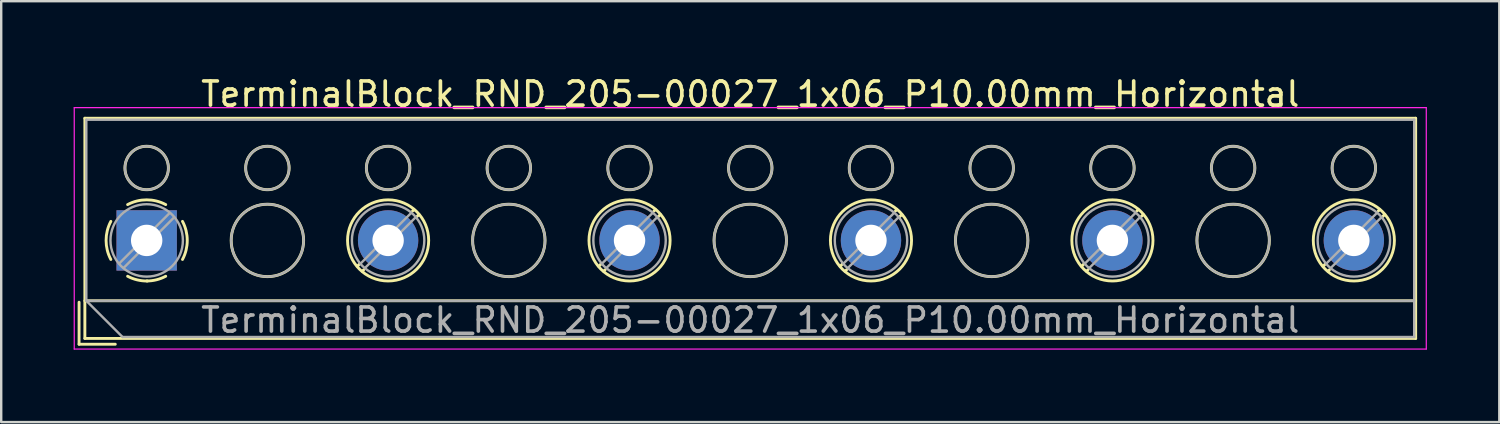
<source format=kicad_pcb>
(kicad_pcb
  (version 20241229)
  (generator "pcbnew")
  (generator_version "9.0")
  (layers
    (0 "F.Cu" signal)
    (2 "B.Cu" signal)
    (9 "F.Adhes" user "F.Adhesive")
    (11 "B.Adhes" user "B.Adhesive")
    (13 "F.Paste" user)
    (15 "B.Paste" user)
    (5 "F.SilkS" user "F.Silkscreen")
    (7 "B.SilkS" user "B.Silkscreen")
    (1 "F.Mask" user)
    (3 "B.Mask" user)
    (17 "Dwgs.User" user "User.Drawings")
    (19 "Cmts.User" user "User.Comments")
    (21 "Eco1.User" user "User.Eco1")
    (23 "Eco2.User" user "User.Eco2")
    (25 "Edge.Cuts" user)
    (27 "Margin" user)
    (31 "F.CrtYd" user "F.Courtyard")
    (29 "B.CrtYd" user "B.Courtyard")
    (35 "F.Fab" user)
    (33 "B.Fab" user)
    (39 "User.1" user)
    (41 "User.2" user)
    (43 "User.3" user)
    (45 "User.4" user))
  (footprint "TerminalBlock_RND_205-00027_1x06_P10.00mm_Horizontal"
    (layer "F.Cu")
    (at 3.025 6.908)
    (property "Reference" "TerminalBlock_RND_205-00027_1x06_P10.00mm_Horizontal" (at 25 -6.06 0) (layer "F.SilkS") (effects (font (size 1 1) (thickness 0.15))))
    (attr through_hole)
    (fp_line (start -2.8 2.56) (end -2.8 4.3) (stroke (width 0.12) (type solid)) (layer "F.SilkS"))
    (fp_line (start -2.8 4.3) (end -1.3 4.3) (stroke (width 0.12) (type solid)) (layer "F.SilkS"))
    (fp_line (start -2.56 -5.06) (end -2.56 4.06) (stroke (width 0.12) (type solid)) (layer "F.SilkS"))
    (fp_line (start -2.56 -5.06) (end 52.56 -5.06) (stroke (width 0.12) (type solid)) (layer "F.SilkS"))
    (fp_line (start -2.56 2.5) (end 52.56 2.5) (stroke (width 0.12) (type solid)) (layer "F.SilkS"))
    (fp_line (start -2.56 4.06) (end 52.56 4.06) (stroke (width 0.12) (type solid)) (layer "F.SilkS"))
    (fp_line (start 8.82 0.976) (end 8.726 1.069) (stroke (width 0.12) (type solid)) (layer "F.SilkS"))
    (fp_line (start 8.99 1.216) (end 8.931 1.274) (stroke (width 0.12) (type solid)) (layer "F.SilkS"))
    (fp_line (start 11.07 -1.275) (end 11.011 -1.216) (stroke (width 0.12) (type solid)) (layer "F.SilkS"))
    (fp_line (start 11.275 -1.069) (end 11.181 -0.976) (stroke (width 0.12) (type solid)) (layer "F.SilkS"))
    (fp_line (start 18.82 0.976) (end 18.726 1.069) (stroke (width 0.12) (type solid)) (layer "F.SilkS"))
    (fp_line (start 18.99 1.216) (end 18.931 1.274) (stroke (width 0.12) (type solid)) (layer "F.SilkS"))
    (fp_line (start 21.07 -1.275) (end 21.011 -1.216) (stroke (width 0.12) (type solid)) (layer "F.SilkS"))
    (fp_line (start 21.275 -1.069) (end 21.181 -0.976) (stroke (width 0.12) (type solid)) (layer "F.SilkS"))
    (fp_line (start 28.82 0.976) (end 28.726 1.069) (stroke (width 0.12) (type solid)) (layer "F.SilkS"))
    (fp_line (start 28.99 1.216) (end 28.931 1.274) (stroke (width 0.12) (type solid)) (layer "F.SilkS"))
    (fp_line (start 31.07 -1.275) (end 31.011 -1.216) (stroke (width 0.12) (type solid)) (layer "F.SilkS"))
    (fp_line (start 31.275 -1.069) (end 31.181 -0.976) (stroke (width 0.12) (type solid)) (layer "F.SilkS"))
    (fp_line (start 38.82 0.976) (end 38.726 1.069) (stroke (width 0.12) (type solid)) (layer "F.SilkS"))
    (fp_line (start 38.99 1.216) (end 38.931 1.274) (stroke (width 0.12) (type solid)) (layer "F.SilkS"))
    (fp_line (start 41.07 -1.275) (end 41.011 -1.216) (stroke (width 0.12) (type solid)) (layer "F.SilkS"))
    (fp_line (start 41.275 -1.069) (end 41.181 -0.976) (stroke (width 0.12) (type solid)) (layer "F.SilkS"))
    (fp_line (start 48.82 0.976) (end 48.726 1.069) (stroke (width 0.12) (type solid)) (layer "F.SilkS"))
    (fp_line (start 48.99 1.216) (end 48.931 1.274) (stroke (width 0.12) (type solid)) (layer "F.SilkS"))
    (fp_line (start 51.07 -1.275) (end 51.011 -1.216) (stroke (width 0.12) (type solid)) (layer "F.SilkS"))
    (fp_line (start 51.275 -1.069) (end 51.181 -0.976) (stroke (width 0.12) (type solid)) (layer "F.SilkS"))
    (fp_line (start 52.56 -5.06) (end 52.56 4.06) (stroke (width 0.12) (type solid)) (layer "F.SilkS"))
    (fp_arc (start -1.483953 0.789089) (mid -1.680708 0.00005) (end -1.484 -0.789) (stroke (width 0.12) (type solid)) (layer "F.SilkS"))
    (fp_arc (start -0.789089 -1.483953) (mid -0.00005 -1.680708) (end 0.789 -1.484) (stroke (width 0.12) (type solid)) (layer "F.SilkS"))
    (fp_arc (start 0.029383 1.68045) (mid -0.392304 1.634281) (end -0.789 1.484) (stroke (width 0.12) (type solid)) (layer "F.SilkS"))
    (fp_arc (start 0.788712 1.483352) (mid 0.406429 1.630097) (end 0 1.68) (stroke (width 0.12) (type solid)) (layer "F.SilkS"))
    (fp_arc (start 1.483953 -0.789089) (mid 1.680708 -0.00005) (end 1.484 0.789) (stroke (width 0.12) (type solid)) (layer "F.SilkS"))
    (fp_circle (center 0 -3) (end 0.9 -3) (stroke (width 0.12) (type solid)) (fill no) (layer "F.SilkS"))
    (fp_circle (center 5 -3) (end 5.9 -3) (stroke (width 0.12) (type solid)) (fill no) (layer "F.SilkS"))
    (fp_circle (center 5 0) (end 6.5 0) (stroke (width 0.12) (type solid)) (fill no) (layer "F.SilkS"))
    (fp_circle (center 10 -3) (end 10.9 -3) (stroke (width 0.12) (type solid)) (fill no) (layer "F.SilkS"))
    (fp_circle (center 10 0) (end 11.68 0) (stroke (width 0.12) (type solid)) (fill no) (layer "F.SilkS"))
    (fp_circle (center 15 -3) (end 15.9 -3) (stroke (width 0.12) (type solid)) (fill no) (layer "F.SilkS"))
    (fp_circle (center 15 0) (end 16.5 0) (stroke (width 0.12) (type solid)) (fill no) (layer "F.SilkS"))
    (fp_circle (center 20 -3) (end 20.9 -3) (stroke (width 0.12) (type solid)) (fill no) (layer "F.SilkS"))
    (fp_circle (center 20 0) (end 21.68 0) (stroke (width 0.12) (type solid)) (fill no) (layer "F.SilkS"))
    (fp_circle (center 25 -3) (end 25.9 -3) (stroke (width 0.12) (type solid)) (fill no) (layer "F.SilkS"))
    (fp_circle (center 25 0) (end 26.5 0) (stroke (width 0.12) (type solid)) (fill no) (layer "F.SilkS"))
    (fp_circle (center 30 -3) (end 30.9 -3) (stroke (width 0.12) (type solid)) (fill no) (layer "F.SilkS"))
    (fp_circle (center 30 0) (end 31.68 0) (stroke (width 0.12) (type solid)) (fill no) (layer "F.SilkS"))
    (fp_circle (center 35 -3) (end 35.9 -3) (stroke (width 0.12) (type solid)) (fill no) (layer "F.SilkS"))
    (fp_circle (center 35 0) (end 36.5 0) (stroke (width 0.12) (type solid)) (fill no) (layer "F.SilkS"))
    (fp_circle (center 40 -3) (end 40.9 -3) (stroke (width 0.12) (type solid)) (fill no) (layer "F.SilkS"))
    (fp_circle (center 40 0) (end 41.68 0) (stroke (width 0.12) (type solid)) (fill no) (layer "F.SilkS"))
    (fp_circle (center 45 -3) (end 45.9 -3) (stroke (width 0.12) (type solid)) (fill no) (layer "F.SilkS"))
    (fp_circle (center 45 0) (end 46.5 0) (stroke (width 0.12) (type solid)) (fill no) (layer "F.SilkS"))
    (fp_circle (center 50 -3) (end 50.9 -3) (stroke (width 0.12) (type solid)) (fill no) (layer "F.SilkS"))
    (fp_circle (center 50 0) (end 51.68 0) (stroke (width 0.12) (type solid)) (fill no) (layer "F.SilkS"))
    (fp_line (start -3 -5.5) (end -3 4.5) (stroke (width 0.05) (type solid)) (layer "F.CrtYd"))
    (fp_line (start -3 4.5) (end 53 4.5) (stroke (width 0.05) (type solid)) (layer "F.CrtYd"))
    (fp_line (start 53 -5.5) (end -3 -5.5) (stroke (width 0.05) (type solid)) (layer "F.CrtYd"))
    (fp_line (start 53 4.5) (end 53 -5.5) (stroke (width 0.05) (type solid)) (layer "F.CrtYd"))
    (fp_line (start -2.5 -5) (end 52.5 -5) (stroke (width 0.1) (type solid)) (layer "F.Fab"))
    (fp_line (start -2.5 2.5) (end -2.5 -5) (stroke (width 0.1) (type solid)) (layer "F.Fab"))
    (fp_line (start -2.5 2.5) (end 52.5 2.5) (stroke (width 0.1) (type solid)) (layer "F.Fab"))
    (fp_line (start -1 4) (end -2.5 2.5) (stroke (width 0.1) (type solid)) (layer "F.Fab"))
    (fp_line (start 0.955 -1.138) (end -1.138 0.955) (stroke (width 0.1) (type solid)) (layer "F.Fab"))
    (fp_line (start 1.138 -0.955) (end -0.955 1.138) (stroke (width 0.1) (type solid)) (layer "F.Fab"))
    (fp_line (start 10.955 -1.138) (end 8.863 0.955) (stroke (width 0.1) (type solid)) (layer "F.Fab"))
    (fp_line (start 11.138 -0.955) (end 9.046 1.138) (stroke (width 0.1) (type solid)) (layer "F.Fab"))
    (fp_line (start 20.955 -1.138) (end 18.863 0.955) (stroke (width 0.1) (type solid)) (layer "F.Fab"))
    (fp_line (start 21.138 -0.955) (end 19.046 1.138) (stroke (width 0.1) (type solid)) (layer "F.Fab"))
    (fp_line (start 30.955 -1.138) (end 28.863 0.955) (stroke (width 0.1) (type solid)) (layer "F.Fab"))
    (fp_line (start 31.138 -0.955) (end 29.046 1.138) (stroke (width 0.1) (type solid)) (layer "F.Fab"))
    (fp_line (start 40.955 -1.138) (end 38.863 0.955) (stroke (width 0.1) (type solid)) (layer "F.Fab"))
    (fp_line (start 41.138 -0.955) (end 39.046 1.138) (stroke (width 0.1) (type solid)) (layer "F.Fab"))
    (fp_line (start 50.955 -1.138) (end 48.863 0.955) (stroke (width 0.1) (type solid)) (layer "F.Fab"))
    (fp_line (start 51.138 -0.955) (end 49.046 1.138) (stroke (width 0.1) (type solid)) (layer "F.Fab"))
    (fp_line (start 52.5 -5) (end 52.5 4) (stroke (width 0.1) (type solid)) (layer "F.Fab"))
    (fp_line (start 52.5 4) (end -1 4) (stroke (width 0.1) (type solid)) (layer "F.Fab"))
    (fp_circle (center 0 -3) (end 0.9 -3) (stroke (width 0.1) (type solid)) (fill no) (layer "F.Fab"))
    (fp_circle (center 0 0) (end 1.5 0) (stroke (width 0.1) (type solid)) (fill no) (layer "F.Fab"))
    (fp_circle (center 5 -3) (end 5.9 -3) (stroke (width 0.1) (type solid)) (fill no) (layer "F.Fab"))
    (fp_circle (center 5 0) (end 6.5 0) (stroke (width 0.1) (type solid)) (fill no) (layer "F.Fab"))
    (fp_circle (center 10 -3) (end 10.9 -3) (stroke (width 0.1) (type solid)) (fill no) (layer "F.Fab"))
    (fp_circle (center 10 0) (end 11.5 0) (stroke (width 0.1) (type solid)) (fill no) (layer "F.Fab"))
    (fp_circle (center 15 -3) (end 15.9 -3) (stroke (width 0.1) (type solid)) (fill no) (layer "F.Fab"))
    (fp_circle (center 15 0) (end 16.5 0) (stroke (width 0.1) (type solid)) (fill no) (layer "F.Fab"))
    (fp_circle (center 20 -3) (end 20.9 -3) (stroke (width 0.1) (type solid)) (fill no) (layer "F.Fab"))
    (fp_circle (center 20 0) (end 21.5 0) (stroke (width 0.1) (type solid)) (fill no) (layer "F.Fab"))
    (fp_circle (center 25 -3) (end 25.9 -3) (stroke (width 0.1) (type solid)) (fill no) (layer "F.Fab"))
    (fp_circle (center 25 0) (end 26.5 0) (stroke (width 0.1) (type solid)) (fill no) (layer "F.Fab"))
    (fp_circle (center 30 -3) (end 30.9 -3) (stroke (width 0.1) (type solid)) (fill no) (layer "F.Fab"))
    (fp_circle (center 30 0) (end 31.5 0) (stroke (width 0.1) (type solid)) (fill no) (layer "F.Fab"))
    (fp_circle (center 35 -3) (end 35.9 -3) (stroke (width 0.1) (type solid)) (fill no) (layer "F.Fab"))
    (fp_circle (center 35 0) (end 36.5 0) (stroke (width 0.1) (type solid)) (fill no) (layer "F.Fab"))
    (fp_circle (center 40 -3) (end 40.9 -3) (stroke (width 0.1) (type solid)) (fill no) (layer "F.Fab"))
    (fp_circle (center 40 0) (end 41.5 0) (stroke (width 0.1) (type solid)) (fill no) (layer "F.Fab"))
    (fp_circle (center 45 -3) (end 45.9 -3) (stroke (width 0.1) (type solid)) (fill no) (layer "F.Fab"))
    (fp_circle (center 45 0) (end 46.5 0) (stroke (width 0.1) (type solid)) (fill no) (layer "F.Fab"))
    (fp_circle (center 50 -3) (end 50.9 -3) (stroke (width 0.1) (type solid)) (fill no) (layer "F.Fab"))
    (fp_circle (center 50 0) (end 51.5 0) (stroke (width 0.1) (type solid)) (fill no) (layer "F.Fab"))
    (fp_text user "${REFERENCE}" (at 25 3.3 0) (layer "F.Fab") (effects (font (size 1 1) (thickness 0.15))))
    (pad "1" thru_hole rect (at 0 0) (size 2.5 2.5) (drill 1.3) (layers "*.Cu" "*.Mask"))
    (pad "2" thru_hole circle (at 10 0) (size 2.5 2.5) (drill 1.3) (layers "*.Cu" "*.Mask"))
    (pad "3" thru_hole circle (at 20 0) (size 2.5 2.5) (drill 1.3) (layers "*.Cu" "*.Mask"))
    (pad "4" thru_hole circle (at 30 0) (size 2.5 2.5) (drill 1.3) (layers "*.Cu" "*.Mask"))
    (pad "5" thru_hole circle (at 40 0) (size 2.5 2.5) (drill 1.3) (layers "*.Cu" "*.Mask"))
    (pad "6" thru_hole circle (at 50 0) (size 2.5 2.5) (drill 1.3) (layers "*.Cu" "*.Mask")))
  (gr_rect
    (start -3 -3)
    (end 59.05 14.433)
    (stroke (width 0.1) (type default))
    (fill no)
    (layer "Edge.Cuts")))
</source>
